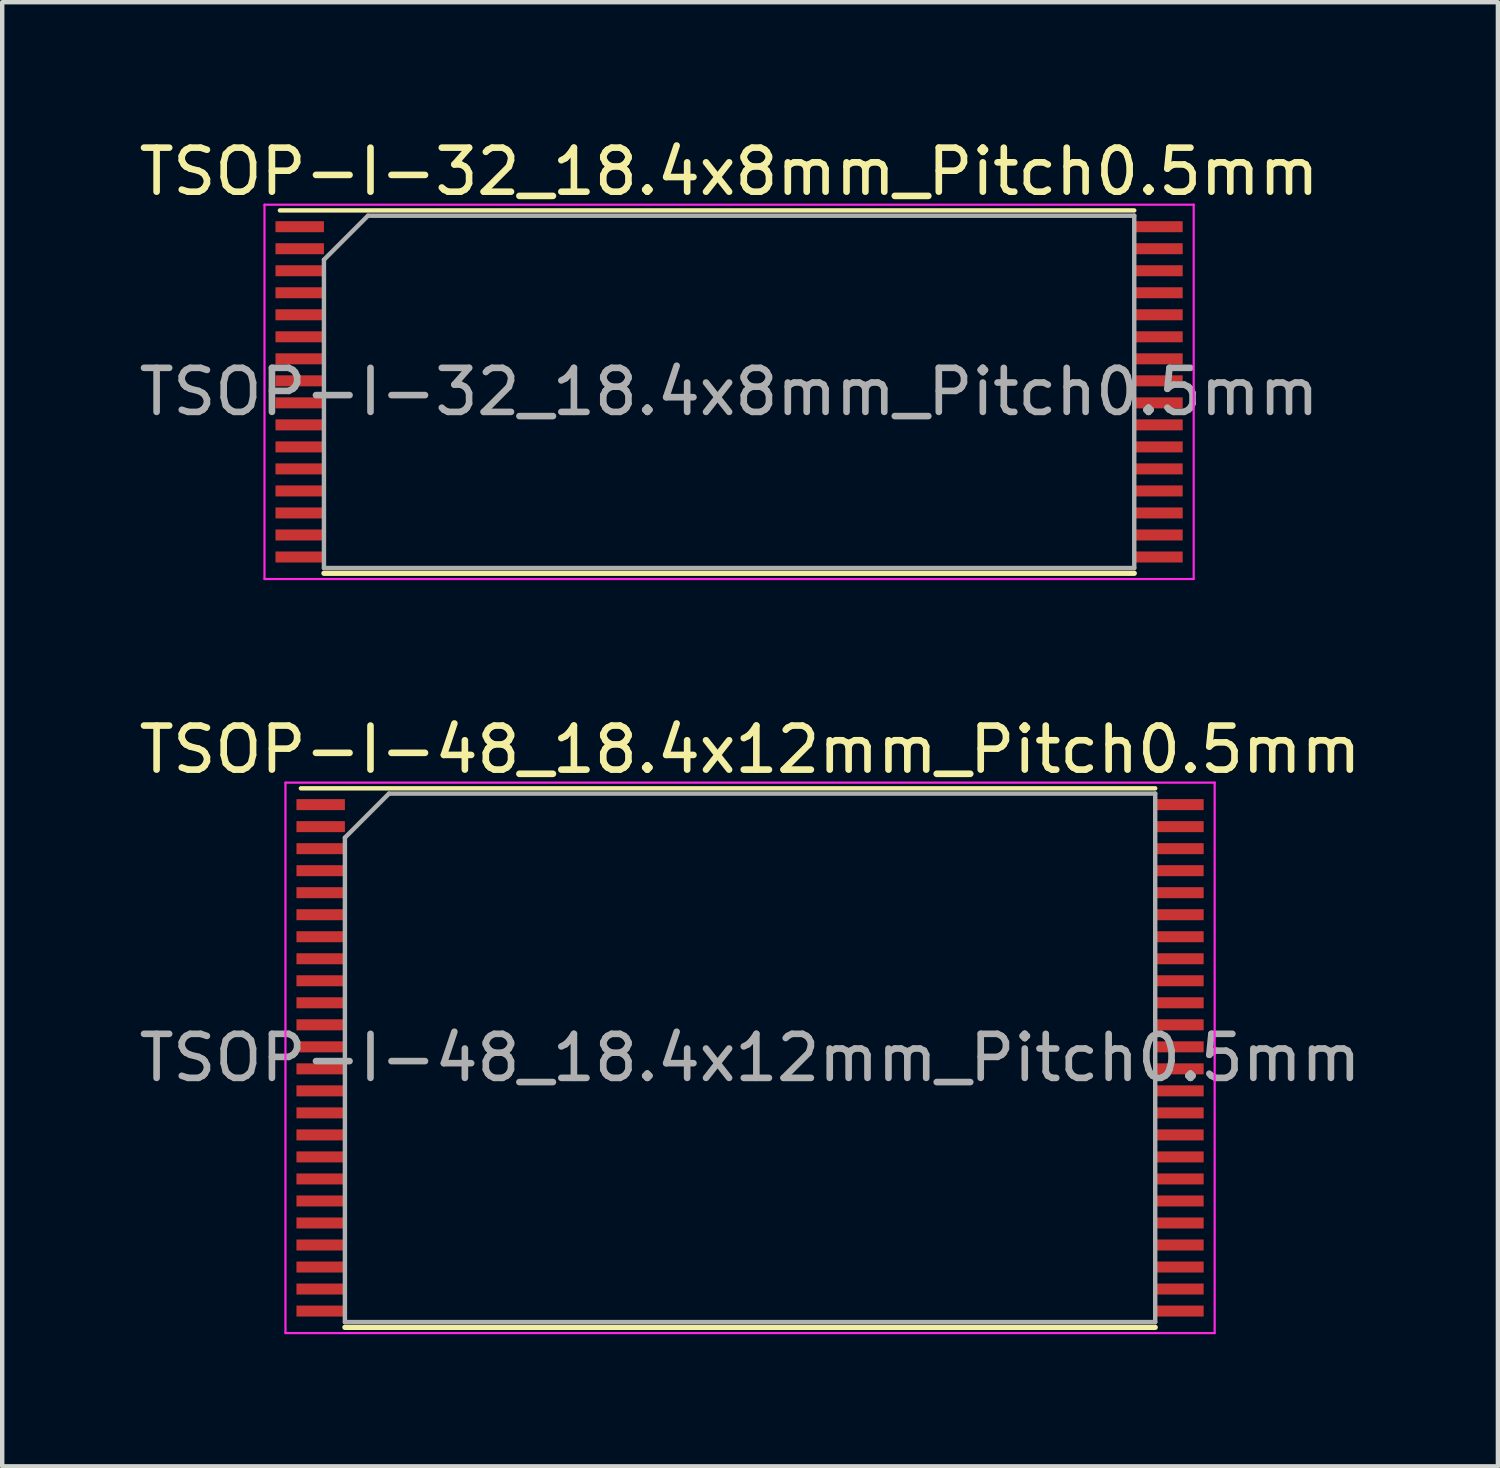
<source format=kicad_pcb>
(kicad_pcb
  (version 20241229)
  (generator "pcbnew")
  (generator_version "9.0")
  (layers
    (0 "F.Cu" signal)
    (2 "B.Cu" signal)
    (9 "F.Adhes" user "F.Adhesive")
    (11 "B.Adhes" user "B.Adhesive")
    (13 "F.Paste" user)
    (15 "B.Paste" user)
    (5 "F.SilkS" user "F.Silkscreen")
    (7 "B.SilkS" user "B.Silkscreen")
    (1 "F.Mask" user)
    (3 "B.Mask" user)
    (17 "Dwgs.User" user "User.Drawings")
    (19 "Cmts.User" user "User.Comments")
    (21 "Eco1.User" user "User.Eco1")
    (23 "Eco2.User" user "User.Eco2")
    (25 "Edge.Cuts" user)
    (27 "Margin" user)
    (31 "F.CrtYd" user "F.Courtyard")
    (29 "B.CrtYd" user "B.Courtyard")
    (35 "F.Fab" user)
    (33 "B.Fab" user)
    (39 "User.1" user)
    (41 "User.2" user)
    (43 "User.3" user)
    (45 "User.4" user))
  (footprint "TSOP-I-32_18.4x8mm_Pitch0.5mm"
    (layer "F.Cu")
    (at 13.506 5.848)
    (property "Reference" "TSOP-I-32_18.4x8mm_Pitch0.5mm" (at 0 -5 0) (layer "F.SilkS") (effects (font (size 1 1) (thickness 0.15))))
    (attr smd)
    (fp_line (start -9.2 4.12) (end 9.2 4.12) (stroke (width 0.12) (type solid)) (layer "F.SilkS"))
    (fp_line (start 9.2 -4.12) (end -10.2 -4.12) (stroke (width 0.1) (type solid)) (layer "F.SilkS"))
    (fp_line (start -10.55 -4.25) (end 10.55 -4.25) (stroke (width 0.05) (type solid)) (layer "F.CrtYd"))
    (fp_line (start -10.55 4.25) (end -10.55 -4.25) (stroke (width 0.05) (type solid)) (layer "F.CrtYd"))
    (fp_line (start 10.55 -4.25) (end 10.55 4.25) (stroke (width 0.05) (type solid)) (layer "F.CrtYd"))
    (fp_line (start 10.55 4.25) (end -10.55 4.25) (stroke (width 0.05) (type solid)) (layer "F.CrtYd"))
    (fp_line (start -9.2 4) (end -9.2 -3) (stroke (width 0.1) (type solid)) (layer "F.Fab"))
    (fp_line (start -8.2 -4) (end -9.2 -3) (stroke (width 0.1) (type solid)) (layer "F.Fab"))
    (fp_line (start -8.2 -4) (end 9.2 -4) (stroke (width 0.1) (type solid)) (layer "F.Fab"))
    (fp_line (start 9.2 -4) (end 9.2 4) (stroke (width 0.1) (type solid)) (layer "F.Fab"))
    (fp_line (start 9.2 4) (end -9.2 4) (stroke (width 0.1) (type solid)) (layer "F.Fab"))
    (fp_text user "${REFERENCE}" (at 0 0 0) (layer "F.Fab") (effects (font (size 1 1) (thickness 0.15))))
    (pad "1" smd rect (at -9.75 -3.75) (size 1.1 0.25) (layers "F.Cu" "F.Mask" "F.Paste"))
    (pad "2" smd rect (at -9.75 -3.25) (size 1.1 0.25) (layers "F.Cu" "F.Mask" "F.Paste"))
    (pad "3" smd rect (at -9.75 -2.75) (size 1.1 0.25) (layers "F.Cu" "F.Mask" "F.Paste"))
    (pad "4" smd rect (at -9.75 -2.25) (size 1.1 0.25) (layers "F.Cu" "F.Mask" "F.Paste"))
    (pad "5" smd rect (at -9.75 -1.75) (size 1.1 0.25) (layers "F.Cu" "F.Mask" "F.Paste"))
    (pad "6" smd rect (at -9.75 -1.25) (size 1.1 0.25) (layers "F.Cu" "F.Mask" "F.Paste"))
    (pad "7" smd rect (at -9.75 -0.75) (size 1.1 0.25) (layers "F.Cu" "F.Mask" "F.Paste"))
    (pad "8" smd rect (at -9.75 -0.25) (size 1.1 0.25) (layers "F.Cu" "F.Mask" "F.Paste"))
    (pad "9" smd rect (at -9.75 0.25) (size 1.1 0.25) (layers "F.Cu" "F.Mask" "F.Paste"))
    (pad "10" smd rect (at -9.75 0.75) (size 1.1 0.25) (layers "F.Cu" "F.Mask" "F.Paste"))
    (pad "11" smd rect (at -9.75 1.25) (size 1.1 0.25) (layers "F.Cu" "F.Mask" "F.Paste"))
    (pad "12" smd rect (at -9.75 1.75) (size 1.1 0.25) (layers "F.Cu" "F.Mask" "F.Paste"))
    (pad "13" smd rect (at -9.75 2.25) (size 1.1 0.25) (layers "F.Cu" "F.Mask" "F.Paste"))
    (pad "14" smd rect (at -9.75 2.75) (size 1.1 0.25) (layers "F.Cu" "F.Mask" "F.Paste"))
    (pad "15" smd rect (at -9.75 3.25) (size 1.1 0.25) (layers "F.Cu" "F.Mask" "F.Paste"))
    (pad "16" smd rect (at -9.75 3.75) (size 1.1 0.25) (layers "F.Cu" "F.Mask" "F.Paste"))
    (pad "17" smd rect (at 9.75 3.75) (size 1.1 0.25) (layers "F.Cu" "F.Mask" "F.Paste"))
    (pad "18" smd rect (at 9.75 3.25) (size 1.1 0.25) (layers "F.Cu" "F.Mask" "F.Paste"))
    (pad "19" smd rect (at 9.75 2.75) (size 1.1 0.25) (layers "F.Cu" "F.Mask" "F.Paste"))
    (pad "20" smd rect (at 9.75 2.25) (size 1.1 0.25) (layers "F.Cu" "F.Mask" "F.Paste"))
    (pad "21" smd rect (at 9.75 1.75) (size 1.1 0.25) (layers "F.Cu" "F.Mask" "F.Paste"))
    (pad "22" smd rect (at 9.75 1.25) (size 1.1 0.25) (layers "F.Cu" "F.Mask" "F.Paste"))
    (pad "23" smd rect (at 9.75 0.75) (size 1.1 0.25) (layers "F.Cu" "F.Mask" "F.Paste"))
    (pad "24" smd rect (at 9.75 0.25) (size 1.1 0.25) (layers "F.Cu" "F.Mask" "F.Paste"))
    (pad "25" smd rect (at 9.75 -0.25) (size 1.1 0.25) (layers "F.Cu" "F.Mask" "F.Paste"))
    (pad "26" smd rect (at 9.75 -0.75) (size 1.1 0.25) (layers "F.Cu" "F.Mask" "F.Paste"))
    (pad "27" smd rect (at 9.75 -1.25) (size 1.1 0.25) (layers "F.Cu" "F.Mask" "F.Paste"))
    (pad "28" smd rect (at 9.75 -1.75) (size 1.1 0.25) (layers "F.Cu" "F.Mask" "F.Paste"))
    (pad "29" smd rect (at 9.75 -2.25) (size 1.1 0.25) (layers "F.Cu" "F.Mask" "F.Paste"))
    (pad "30" smd rect (at 9.75 -2.75) (size 1.1 0.25) (layers "F.Cu" "F.Mask" "F.Paste"))
    (pad "31" smd rect (at 9.75 -3.25) (size 1.1 0.25) (layers "F.Cu" "F.Mask" "F.Paste"))
    (pad "32" smd rect (at 9.75 -3.75) (size 1.1 0.25) (layers "F.Cu" "F.Mask" "F.Paste")))
  (footprint "TSOP-I-48_18.4x12mm_Pitch0.5mm"
    (layer "F.Cu")
    (at 13.982 20.971)
    (property "Reference" "TSOP-I-48_18.4x12mm_Pitch0.5mm" (at 0 -7 0) (layer "F.SilkS") (effects (font (size 1 1) (thickness 0.15))))
    (attr smd)
    (fp_line (start -9.2 6.12) (end 9.2 6.12) (stroke (width 0.12) (type solid)) (layer "F.SilkS"))
    (fp_line (start 9.2 -6.12) (end -10.2 -6.12) (stroke (width 0.1) (type solid)) (layer "F.SilkS"))
    (fp_line (start -10.55 -6.25) (end 10.55 -6.25) (stroke (width 0.05) (type solid)) (layer "F.CrtYd"))
    (fp_line (start -10.55 6.25) (end -10.55 -6.25) (stroke (width 0.05) (type solid)) (layer "F.CrtYd"))
    (fp_line (start 10.55 -6.25) (end 10.55 6.25) (stroke (width 0.05) (type solid)) (layer "F.CrtYd"))
    (fp_line (start 10.55 6.25) (end -10.55 6.25) (stroke (width 0.05) (type solid)) (layer "F.CrtYd"))
    (fp_line (start -9.2 6) (end -9.2 -5) (stroke (width 0.1) (type solid)) (layer "F.Fab"))
    (fp_line (start -8.2 -6) (end -9.2 -5) (stroke (width 0.1) (type solid)) (layer "F.Fab"))
    (fp_line (start -8.2 -6) (end 9.2 -6) (stroke (width 0.1) (type solid)) (layer "F.Fab"))
    (fp_line (start 9.2 -6) (end 9.2 6) (stroke (width 0.1) (type solid)) (layer "F.Fab"))
    (fp_line (start 9.2 6) (end -9.2 6) (stroke (width 0.1) (type solid)) (layer "F.Fab"))
    (fp_text user "${REFERENCE}" (at 0 0 0) (layer "F.Fab") (effects (font (size 1 1) (thickness 0.15))))
    (pad "1" smd rect (at -9.75 -5.75) (size 1.1 0.25) (layers "F.Cu" "F.Mask" "F.Paste"))
    (pad "2" smd rect (at -9.75 -5.25) (size 1.1 0.25) (layers "F.Cu" "F.Mask" "F.Paste"))
    (pad "3" smd rect (at -9.75 -4.75) (size 1.1 0.25) (layers "F.Cu" "F.Mask" "F.Paste"))
    (pad "4" smd rect (at -9.75 -4.25) (size 1.1 0.25) (layers "F.Cu" "F.Mask" "F.Paste"))
    (pad "5" smd rect (at -9.75 -3.75) (size 1.1 0.25) (layers "F.Cu" "F.Mask" "F.Paste"))
    (pad "6" smd rect (at -9.75 -3.25) (size 1.1 0.25) (layers "F.Cu" "F.Mask" "F.Paste"))
    (pad "7" smd rect (at -9.75 -2.75) (size 1.1 0.25) (layers "F.Cu" "F.Mask" "F.Paste"))
    (pad "8" smd rect (at -9.75 -2.25) (size 1.1 0.25) (layers "F.Cu" "F.Mask" "F.Paste"))
    (pad "9" smd rect (at -9.75 -1.75) (size 1.1 0.25) (layers "F.Cu" "F.Mask" "F.Paste"))
    (pad "10" smd rect (at -9.75 -1.25) (size 1.1 0.25) (layers "F.Cu" "F.Mask" "F.Paste"))
    (pad "11" smd rect (at -9.75 -0.75) (size 1.1 0.25) (layers "F.Cu" "F.Mask" "F.Paste"))
    (pad "12" smd rect (at -9.75 -0.25) (size 1.1 0.25) (layers "F.Cu" "F.Mask" "F.Paste"))
    (pad "13" smd rect (at -9.75 0.25) (size 1.1 0.25) (layers "F.Cu" "F.Mask" "F.Paste"))
    (pad "14" smd rect (at -9.75 0.75) (size 1.1 0.25) (layers "F.Cu" "F.Mask" "F.Paste"))
    (pad "15" smd rect (at -9.75 1.25) (size 1.1 0.25) (layers "F.Cu" "F.Mask" "F.Paste"))
    (pad "16" smd rect (at -9.75 1.75) (size 1.1 0.25) (layers "F.Cu" "F.Mask" "F.Paste"))
    (pad "17" smd rect (at -9.75 2.25) (size 1.1 0.25) (layers "F.Cu" "F.Mask" "F.Paste"))
    (pad "18" smd rect (at -9.75 2.75) (size 1.1 0.25) (layers "F.Cu" "F.Mask" "F.Paste"))
    (pad "19" smd rect (at -9.75 3.25) (size 1.1 0.25) (layers "F.Cu" "F.Mask" "F.Paste"))
    (pad "20" smd rect (at -9.75 3.75) (size 1.1 0.25) (layers "F.Cu" "F.Mask" "F.Paste"))
    (pad "21" smd rect (at -9.75 4.25) (size 1.1 0.25) (layers "F.Cu" "F.Mask" "F.Paste"))
    (pad "22" smd rect (at -9.75 4.75) (size 1.1 0.25) (layers "F.Cu" "F.Mask" "F.Paste"))
    (pad "23" smd rect (at -9.75 5.25) (size 1.1 0.25) (layers "F.Cu" "F.Mask" "F.Paste"))
    (pad "24" smd rect (at -9.75 5.75) (size 1.1 0.25) (layers "F.Cu" "F.Mask" "F.Paste"))
    (pad "25" smd rect (at 9.75 5.75) (size 1.1 0.25) (layers "F.Cu" "F.Mask" "F.Paste"))
    (pad "26" smd rect (at 9.75 5.25) (size 1.1 0.25) (layers "F.Cu" "F.Mask" "F.Paste"))
    (pad "27" smd rect (at 9.75 4.75) (size 1.1 0.25) (layers "F.Cu" "F.Mask" "F.Paste"))
    (pad "28" smd rect (at 9.75 4.25) (size 1.1 0.25) (layers "F.Cu" "F.Mask" "F.Paste"))
    (pad "29" smd rect (at 9.75 3.75) (size 1.1 0.25) (layers "F.Cu" "F.Mask" "F.Paste"))
    (pad "30" smd rect (at 9.75 3.25) (size 1.1 0.25) (layers "F.Cu" "F.Mask" "F.Paste"))
    (pad "31" smd rect (at 9.75 2.75) (size 1.1 0.25) (layers "F.Cu" "F.Mask" "F.Paste"))
    (pad "32" smd rect (at 9.75 2.25) (size 1.1 0.25) (layers "F.Cu" "F.Mask" "F.Paste"))
    (pad "33" smd rect (at 9.75 1.75) (size 1.1 0.25) (layers "F.Cu" "F.Mask" "F.Paste"))
    (pad "34" smd rect (at 9.75 1.25) (size 1.1 0.25) (layers "F.Cu" "F.Mask" "F.Paste"))
    (pad "35" smd rect (at 9.75 0.75) (size 1.1 0.25) (layers "F.Cu" "F.Mask" "F.Paste"))
    (pad "36" smd rect (at 9.75 0.25) (size 1.1 0.25) (layers "F.Cu" "F.Mask" "F.Paste"))
    (pad "37" smd rect (at 9.75 -0.25) (size 1.1 0.25) (layers "F.Cu" "F.Mask" "F.Paste"))
    (pad "38" smd rect (at 9.75 -0.75) (size 1.1 0.25) (layers "F.Cu" "F.Mask" "F.Paste"))
    (pad "39" smd rect (at 9.75 -1.25) (size 1.1 0.25) (layers "F.Cu" "F.Mask" "F.Paste"))
    (pad "40" smd rect (at 9.75 -1.75) (size 1.1 0.25) (layers "F.Cu" "F.Mask" "F.Paste"))
    (pad "41" smd rect (at 9.75 -2.25) (size 1.1 0.25) (layers "F.Cu" "F.Mask" "F.Paste"))
    (pad "42" smd rect (at 9.75 -2.75) (size 1.1 0.25) (layers "F.Cu" "F.Mask" "F.Paste"))
    (pad "43" smd rect (at 9.75 -3.25) (size 1.1 0.25) (layers "F.Cu" "F.Mask" "F.Paste"))
    (pad "44" smd rect (at 9.75 -3.75) (size 1.1 0.25) (layers "F.Cu" "F.Mask" "F.Paste"))
    (pad "45" smd rect (at 9.75 -4.25) (size 1.1 0.25) (layers "F.Cu" "F.Mask" "F.Paste"))
    (pad "46" smd rect (at 9.75 -4.75) (size 1.1 0.25) (layers "F.Cu" "F.Mask" "F.Paste"))
    (pad "47" smd rect (at 9.75 -5.25) (size 1.1 0.25) (layers "F.Cu" "F.Mask" "F.Paste"))
    (pad "48" smd rect (at 9.75 -5.75) (size 1.1 0.25) (layers "F.Cu" "F.Mask" "F.Paste")))
  (gr_rect
    (start -3 -3)
    (end 30.964 30.247)
    (stroke (width 0.1) (type default))
    (fill no)
    (layer "Edge.Cuts")))
</source>
